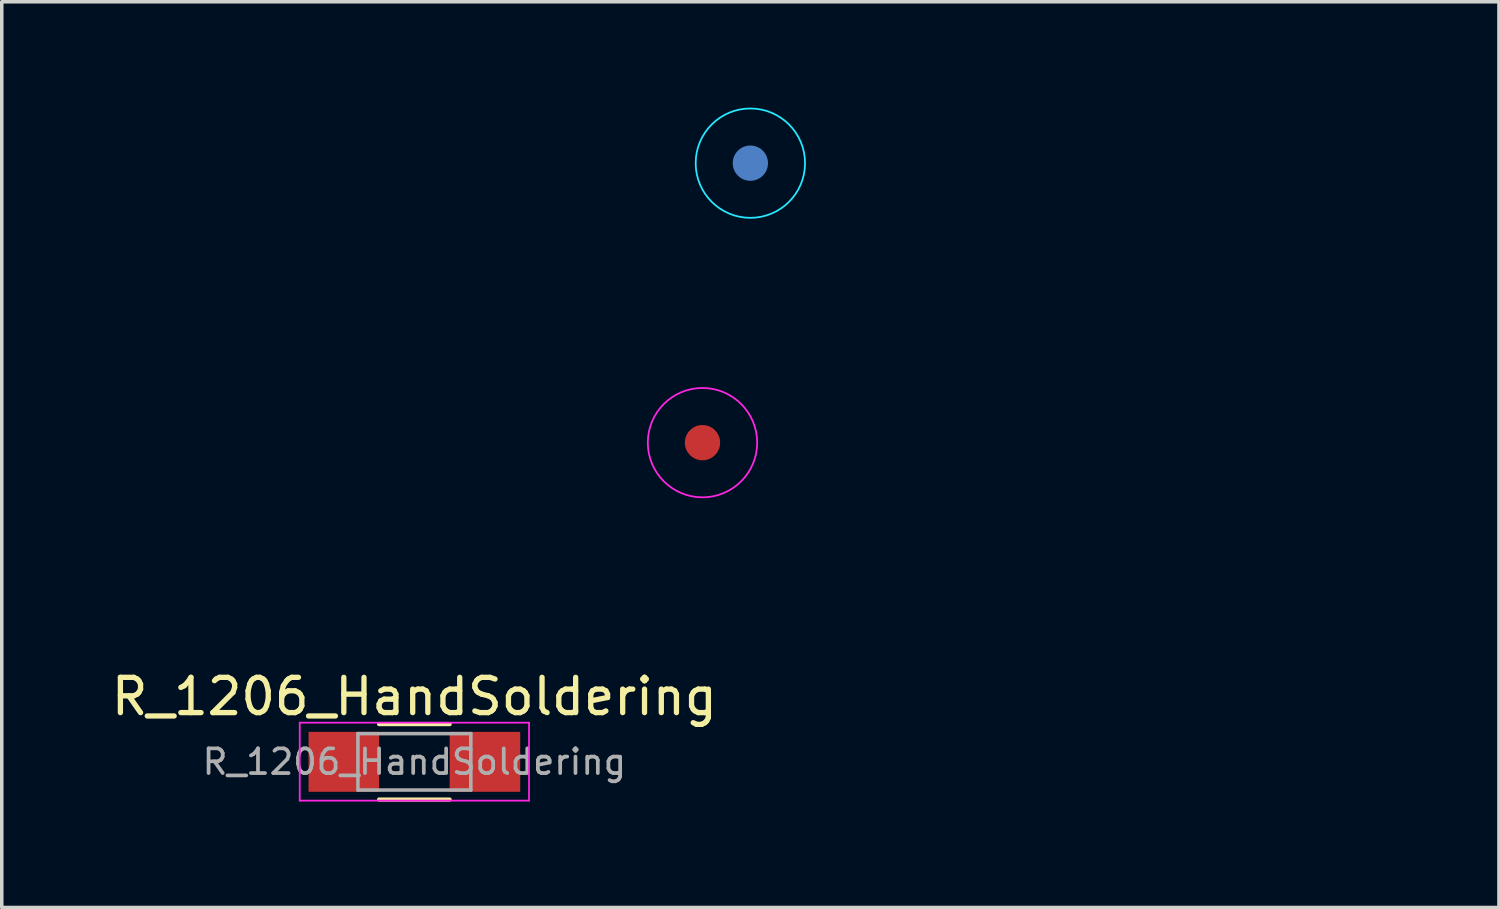
<source format=kicad_pcb>
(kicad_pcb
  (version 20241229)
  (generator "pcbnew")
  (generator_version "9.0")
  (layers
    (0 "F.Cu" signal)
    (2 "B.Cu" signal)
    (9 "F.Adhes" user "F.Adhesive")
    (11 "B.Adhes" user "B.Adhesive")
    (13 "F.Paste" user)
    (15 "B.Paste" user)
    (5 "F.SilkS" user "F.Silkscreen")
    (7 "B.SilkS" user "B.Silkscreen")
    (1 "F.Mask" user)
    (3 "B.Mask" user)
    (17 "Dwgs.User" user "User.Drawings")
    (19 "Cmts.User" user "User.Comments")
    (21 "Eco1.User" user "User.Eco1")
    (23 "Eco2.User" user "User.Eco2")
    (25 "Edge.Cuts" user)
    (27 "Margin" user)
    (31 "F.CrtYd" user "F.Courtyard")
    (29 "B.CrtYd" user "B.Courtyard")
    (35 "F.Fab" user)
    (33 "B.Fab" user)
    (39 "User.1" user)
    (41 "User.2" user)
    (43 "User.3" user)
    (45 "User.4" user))
  (footprint "Fiducial_1mm_Dia_2.54mm_Outer_CopperBottom"
    (layer "F.Cu")
    (at 18.22 1.575)
    (property "Reference" "Fiducial_1mm_Dia_2.54mm_Outer_CopperBottom" (at 0 2.5 0) (layer "Eco2.User") (effects (font (size 1 1) (thickness 0.15))))
    (attr exclude_from_pos_files exclude_from_bom)
    (fp_circle (center 0 0) (end 1.55 0) (stroke (width 0.05) (type solid)) (fill no) (layer "B.CrtYd"))
    (pad "~" smd circle (at 0 0) (size 1 1) (layers "B.Cu" "B.Mask")))
  (footprint "Fiducial_1mm_Dia_2.54mm_Outer_CopperTop"
    (layer "F.Cu")
    (at 16.863 9.498)
    (property "Reference" "Fiducial_1mm_Dia_2.54mm_Outer_CopperTop" (at 0 2.5 0) (layer "Eco2.User") (effects (font (size 1 1) (thickness 0.15))))
    (attr exclude_from_pos_files exclude_from_bom)
    (fp_circle (center 0 0) (end 1.55 0) (stroke (width 0.05) (type solid)) (fill no) (layer "F.CrtYd"))
    (pad "~" smd circle (at 0 0) (size 1 1) (layers "F.Cu" "F.Mask")))
  (footprint "R_1206_HandSoldering"
    (layer "F.Cu")
    (at 8.696 18.545)
    (property "Reference" "R_1206_HandSoldering" (at 0 -1.85 0) (layer "F.SilkS") (effects (font (size 1 1) (thickness 0.15))))
    (attr smd)
    (fp_line (start -1 -1.07) (end 1 -1.07) (stroke (width 0.12) (type solid)) (layer "F.SilkS"))
    (fp_line (start 1 1.07) (end -1 1.07) (stroke (width 0.12) (type solid)) (layer "F.SilkS"))
    (fp_line (start -3.25 -1.11) (end -3.25 1.1) (stroke (width 0.05) (type solid)) (layer "F.CrtYd"))
    (fp_line (start -3.25 -1.11) (end 3.25 -1.11) (stroke (width 0.05) (type solid)) (layer "F.CrtYd"))
    (fp_line (start 3.25 1.1) (end -3.25 1.1) (stroke (width 0.05) (type solid)) (layer "F.CrtYd"))
    (fp_line (start 3.25 1.1) (end 3.25 -1.11) (stroke (width 0.05) (type solid)) (layer "F.CrtYd"))
    (fp_line (start -1.6 -0.8) (end 1.6 -0.8) (stroke (width 0.1) (type solid)) (layer "F.Fab"))
    (fp_line (start -1.6 0.8) (end -1.6 -0.8) (stroke (width 0.1) (type solid)) (layer "F.Fab"))
    (fp_line (start 1.6 -0.8) (end 1.6 0.8) (stroke (width 0.1) (type solid)) (layer "F.Fab"))
    (fp_line (start 1.6 0.8) (end -1.6 0.8) (stroke (width 0.1) (type solid)) (layer "F.Fab"))
    (fp_text user "${REFERENCE}" (at 0 0 0) (layer "F.Fab") (effects (font (size 0.7 0.7) (thickness 0.105))))
    (pad "1" smd rect (at -2 0) (size 2 1.7) (layers "F.Cu" "F.Mask" "F.Paste"))
    (pad "2" smd rect (at 2 0) (size 2 1.7) (layers "F.Cu" "F.Mask" "F.Paste")))
  (gr_rect
    (start -3 -3)
    (end 39.44 22.675)
    (stroke (width 0.1) (type default))
    (fill no)
    (layer "Edge.Cuts")))
</source>
